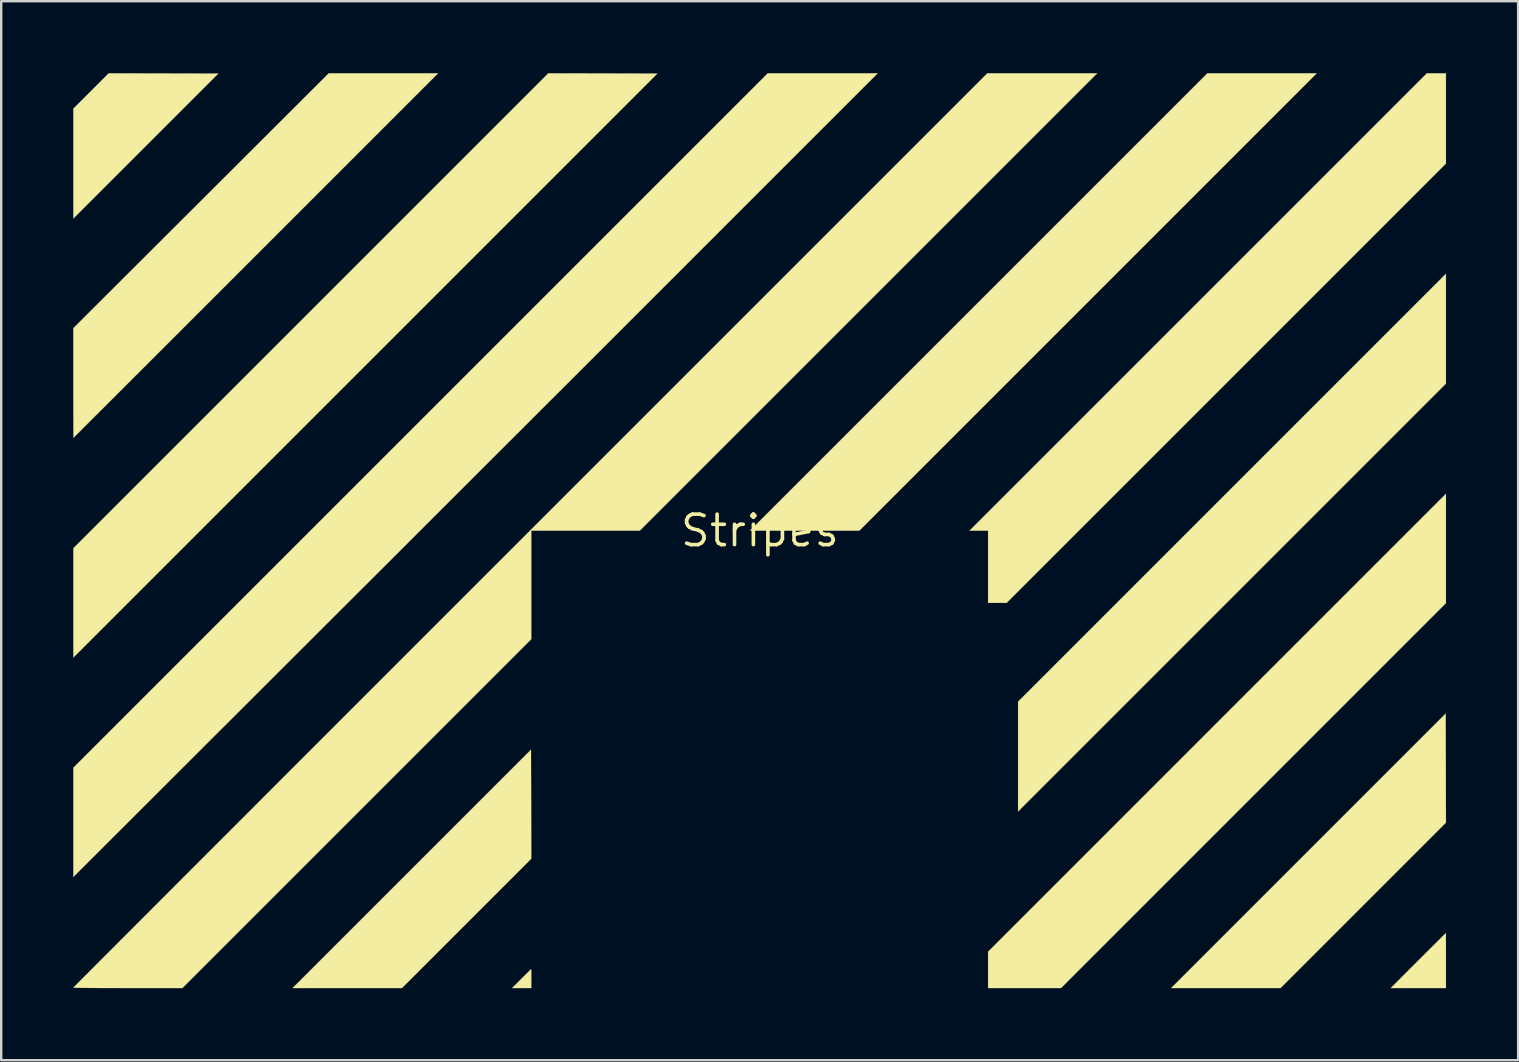
<source format=kicad_pcb>
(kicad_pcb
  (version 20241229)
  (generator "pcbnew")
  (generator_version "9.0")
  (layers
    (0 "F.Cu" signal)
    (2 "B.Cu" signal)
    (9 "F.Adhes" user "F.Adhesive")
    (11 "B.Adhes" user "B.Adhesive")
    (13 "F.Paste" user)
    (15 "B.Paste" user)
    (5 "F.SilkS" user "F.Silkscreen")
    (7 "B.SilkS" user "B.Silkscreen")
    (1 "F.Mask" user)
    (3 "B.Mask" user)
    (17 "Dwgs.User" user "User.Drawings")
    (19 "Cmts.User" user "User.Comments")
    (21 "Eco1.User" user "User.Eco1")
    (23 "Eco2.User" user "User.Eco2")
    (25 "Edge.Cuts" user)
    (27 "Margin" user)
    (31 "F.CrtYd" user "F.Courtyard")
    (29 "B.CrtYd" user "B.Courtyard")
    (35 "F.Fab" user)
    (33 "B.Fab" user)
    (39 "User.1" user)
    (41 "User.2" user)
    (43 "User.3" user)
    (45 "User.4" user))
  (footprint "Stripes"
    (layer "F.Cu")
    (at 28.603 19.055)
    (property "Reference" "Stripes" (at 0 0 0) (layer "F.SilkS") (effects (font (size 1.27 1.27) (thickness 0.15))))
    (attr through_hole)
    (fp_poly (pts (xy 28.575 -6.128) (xy 10.753 11.695) (xy 10.753 7.123) (xy 28.575 -10.7) (xy 28.575 -6.128)) (stroke (width 0.01) (type solid)) (fill yes) (layer "F.SilkS"))
    (fp_poly (pts (xy -22.564 -19.039) (xy -28.596 -13.007) (xy -28.596 -17.579) (xy -27.86 -18.315) (xy -27.125 -19.05) (xy -22.564 -19.039)) (stroke (width 0.01) (type solid)) (fill yes) (layer "F.SilkS"))
    (fp_poly (pts (xy -6.546 -19.045) (xy -4.276 -19.039) (xy -28.596 5.281) (xy -28.596 0.73) (xy -18.706 -9.16) (xy -8.816 -19.05) (xy -6.546 -19.045)) (stroke (width 0.01) (type solid)) (fill yes) (layer "F.SilkS"))
    (fp_poly (pts (xy 13.663 -9.525) (xy 4.138 0) (xy -0.413 0) (xy 9.112 -9.525) (xy 18.637 -19.05) (xy 23.188 -19.05) (xy 13.663 -9.525)) (stroke (width 0.01) (type solid)) (fill yes) (layer "F.SilkS"))
    (fp_poly (pts (xy 28.57 9.89) (xy 28.575 12.16) (xy 25.13 15.605) (xy 21.685 19.05) (xy 17.134 19.05) (xy 28.564 7.62) (xy 28.57 9.89)) (stroke (width 0.01) (type solid)) (fill yes) (layer "F.SilkS"))
    (fp_poly (pts (xy -9.53 11.393) (xy -9.525 13.663) (xy -12.218 16.356) (xy -14.912 19.05) (xy -19.463 19.05) (xy -14.499 14.086) (xy -9.536 9.123) (xy -9.53 11.393)) (stroke (width 0.01) (type solid)) (fill yes) (layer "F.SilkS"))
    (fp_poly (pts (xy 28.575 3.016) (xy 20.558 11.033) (xy 12.541 19.05) (xy 9.504 19.05) (xy 9.504 17.537) (xy 19.039 8.001) (xy 28.575 -1.535) (xy 28.575 3.016)) (stroke (width 0.01) (type solid)) (fill yes) (layer "F.SilkS"))
    (fp_poly (pts (xy 28.575 -15.293) (xy 19.426 -6.144) (xy 10.276 3.006) (xy 9.504 3.006) (xy 9.504 0) (xy 8.731 0) (xy 18.256 -9.525) (xy 27.781 -19.05) (xy 28.575 -19.05) (xy 28.575 -15.293)) (stroke (width 0.01) (type solid)) (fill yes) (layer "F.SilkS"))
    (fp_poly (pts (xy -9.529 18.287) (xy -9.527 18.343) (xy -9.526 18.428) (xy -9.525 18.535) (xy -9.525 18.658) (xy -9.525 19.05) (xy -10.318 19.05) (xy -9.927 18.658) (xy -9.822 18.554) (xy -9.728 18.459) (xy -9.647 18.38) (xy -9.585 18.318) (xy -9.545 18.279) (xy -9.531 18.267) (xy -9.529 18.287)) (stroke (width 0.01) (type solid)) (fill yes) (layer "F.SilkS"))
    (fp_poly (pts (xy 28.571 16.785) (xy 28.572 16.844) (xy 28.572 16.937) (xy 28.573 17.062) (xy 28.574 17.213) (xy 28.574 17.387) (xy 28.575 17.581) (xy 28.575 17.79) (xy 28.575 17.907) (xy 28.575 19.05) (xy 26.279 19.05) (xy 27.421 17.907) (xy 27.604 17.725) (xy 27.777 17.552) (xy 27.939 17.39) (xy 28.088 17.242) (xy 28.221 17.109) (xy 28.336 16.995) (xy 28.43 16.901) (xy 28.502 16.829) (xy 28.549 16.783) (xy 28.569 16.764) (xy 28.57 16.764) (xy 28.571 16.785)) (stroke (width 0.01) (type solid)) (fill yes) (layer "F.SilkS"))
    (fp_poly (pts (xy -1.207 -12.942) (xy -1.57 -12.579) (xy -1.961 -12.187) (xy -2.38 -11.769) (xy -2.824 -11.325) (xy -3.292 -10.856) (xy -3.783 -10.366) (xy -4.296 -9.854) (xy -4.828 -9.322) (xy -5.378 -8.772) (xy -5.945 -8.205) (xy -6.528 -7.622) (xy -7.125 -7.026) (xy -7.734 -6.417) (xy -8.354 -5.797) (xy -8.984 -5.168) (xy -9.622 -4.53) (xy -10.267 -3.886) (xy -10.917 -3.237) (xy -11.571 -2.584) (xy -12.227 -1.928) (xy -12.884 -1.272) (xy -13.541 -0.616) (xy -14.195 0.038) (xy -14.846 0.688) (xy -15.492 1.334) (xy -16.132 1.973) (xy -16.764 2.604) (xy -17.387 3.226) (xy -17.955 3.793) (xy -28.596 14.42) (xy -28.596 9.874) (xy -14.134 -4.588) (xy 0.328 -19.05) (xy 4.9 -19.05) (xy -1.207 -12.942)) (stroke (width 0.01) (type solid)) (fill yes) (layer "F.SilkS"))
    (fp_poly (pts (xy -20.997 -11.462) (xy -21.472 -10.987) (xy -21.94 -10.519) (xy -22.399 -10.06) (xy -22.849 -9.61) (xy -23.289 -9.17) (xy -23.718 -8.742) (xy -24.134 -8.325) (xy -24.538 -7.922) (xy -24.928 -7.532) (xy -25.303 -7.157) (xy -25.663 -6.797) (xy -26.007 -6.454) (xy -26.333 -6.128) (xy -26.641 -5.82) (xy -26.929 -5.532) (xy -27.198 -5.263) (xy -27.446 -5.016) (xy -27.672 -4.79) (xy -27.876 -4.587) (xy -28.055 -4.407) (xy -28.211 -4.252) (xy -28.341 -4.122) (xy -28.445 -4.018) (xy -28.522 -3.942) (xy -28.571 -3.893) (xy -28.59 -3.874) (xy -28.591 -3.873) (xy -28.592 -3.894) (xy -28.592 -3.955) (xy -28.593 -4.052) (xy -28.594 -4.183) (xy -28.594 -4.346) (xy -28.595 -4.537) (xy -28.595 -4.755) (xy -28.596 -4.995) (xy -28.596 -5.256) (xy -28.597 -5.535) (xy -28.597 -5.829) (xy -28.597 -6.135) (xy -28.597 -6.154) (xy -28.598 -8.435) (xy -17.96 -19.05) (xy -15.685 -19.05) (xy -13.409 -19.05) (xy -20.997 -11.462)) (stroke (width 0.01) (type solid)) (fill yes) (layer "F.SilkS"))
    (fp_poly (pts (xy 4.519 -9.525) (xy -5.006 0) (xy -9.525 0) (xy -9.525 4.519) (xy -24.056 19.05) (xy -26.326 19.05) (xy -26.632 19.05) (xy -26.926 19.049) (xy -27.205 19.049) (xy -27.467 19.048) (xy -27.708 19.047) (xy -27.926 19.045) (xy -28.118 19.044) (xy -28.282 19.042) (xy -28.414 19.04) (xy -28.513 19.038) (xy -28.574 19.036) (xy -28.596 19.034) (xy -28.596 19.034) (xy -28.581 19.019) (xy -28.537 18.974) (xy -28.464 18.9) (xy -28.363 18.798) (xy -28.234 18.669) (xy -28.078 18.512) (xy -27.895 18.329) (xy -27.686 18.119) (xy -27.452 17.885) (xy -27.193 17.625) (xy -26.91 17.341) (xy -26.603 17.033) (xy -26.272 16.703) (xy -25.919 16.349) (xy -25.544 15.974) (xy -25.148 15.577) (xy -24.73 15.159) (xy -24.293 14.721) (xy -23.835 14.262) (xy -23.358 13.785) (xy -22.862 13.289) (xy -22.349 12.775) (xy -21.817 12.243) (xy -21.269 11.695) (xy -20.704 11.129) (xy -20.124 10.548) (xy -19.528 9.952) (xy -18.917 9.341) (xy -18.292 8.716) (xy -17.653 8.077) (xy -17.002 7.425) (xy -16.338 6.761) (xy -15.661 6.084) (xy -14.974 5.397) (xy -14.276 4.698) (xy -13.567 3.989) (xy -12.849 3.271) (xy -12.121 2.543) (xy -11.385 1.807) (xy -10.641 1.063) (xy -9.889 0.312) (xy -9.562 -0.016) (xy 9.472 -19.05) (xy 14.044 -19.05) (xy 4.519 -9.525)) (stroke (width 0.01) (type solid)) (fill yes) (layer "F.SilkS")))
  (gr_rect
    (start -3 -3)
    (end 60.184 41.11)
    (stroke (width 0.1) (type default))
    (fill no)
    (layer "Edge.Cuts")))
</source>
